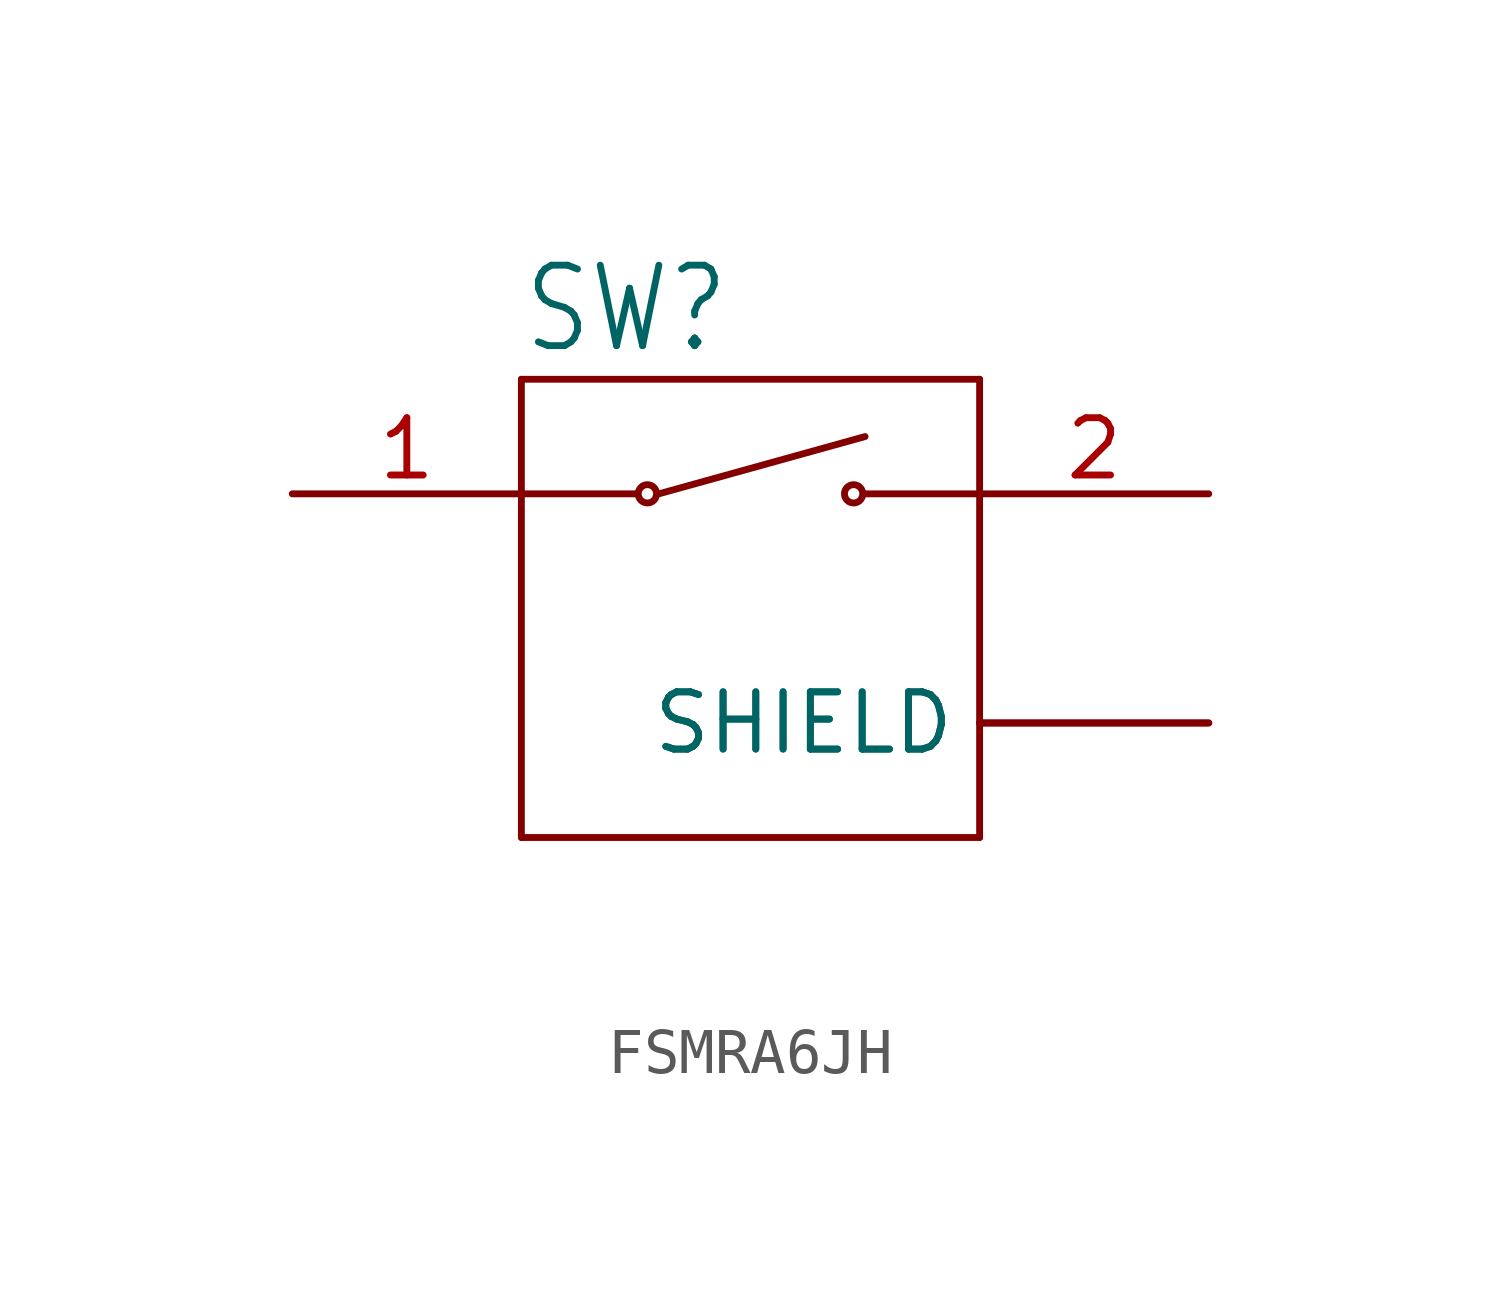
<source format=kicad_sym>
(kicad_symbol_lib
  (version 20231120)
  (generator "kicad_symbol_editor")
  (generator_version "8.0")
  (symbol "FSMRA6JH"
    (property "Reference" "SW"
      (at -5.092 5.599 0)
      (effects (font (size 1.784 1.516)) (justify left bottom)))
    (property "Value" ""
      (at -5.087 -7.375 0)
      (effects (font (size 1.784 1.516)) (justify left bottom)))
    (property "ki_locked" ""
      (at 0 0 0)
      (effects (font (size 1.27 1.27))))
    (symbol "FSMRA6JH_1_0"
      (circle (center -2.286 2.54) (radius 0.203) (stroke (width 0.152) (type solid)) (fill (type none)))
      (polyline (pts (xy -5.08 -5.08) (xy -5.08 5.08)) (stroke (width 0.152) (type solid)) (fill (type none)))
      (polyline (pts (xy -5.08 2.54) (xy -2.54 2.54)) (stroke (width 0.152) (type solid)) (fill (type none)))
      (polyline (pts (xy -5.08 5.08) (xy 5.08 5.08)) (stroke (width 0.152) (type solid)) (fill (type none)))
      (polyline (pts (xy -2.032 2.54) (xy 2.54 3.81)) (stroke (width 0.152) (type solid)) (fill (type none)))
      (polyline (pts (xy 2.54 2.54) (xy 5.08 2.54)) (stroke (width 0.152) (type solid)) (fill (type none)))
      (polyline (pts (xy 5.08 -5.08) (xy -5.08 -5.08)) (stroke (width 0.152) (type solid)) (fill (type none)))
      (polyline (pts (xy 5.08 5.08) (xy 5.08 -5.08)) (stroke (width 0.152) (type solid)) (fill (type none)))
      (circle (center 2.286 2.54) (radius 0.203) (stroke (width 0.152) (type solid)) (fill (type none)))
      (pin passive line (at -10.16 2.54 0) (length 5.08) (name "1" (effects (font (size 0 0)))) (number "1" (effects (font (size 1.27 1.27)))))
      (pin passive line (at 10.16 2.54 180) (length 5.08) (name "2" (effects (font (size 0 0)))) (number "2" (effects (font (size 1.27 1.27)))))
      (pin passive line (at 10.16 -2.54 180) (length 5.08) (name "SHIELD" (effects (font (size 1.27 1.27)))) (number "S1" (effects (font (size 0 0)))))
      (pin passive line (at 10.16 -2.54 180) (length 5.08) (name "SHIELD" (effects (font (size 1.27 1.27)))) (number "S2" (effects (font (size 0 0))))))))
</source>
